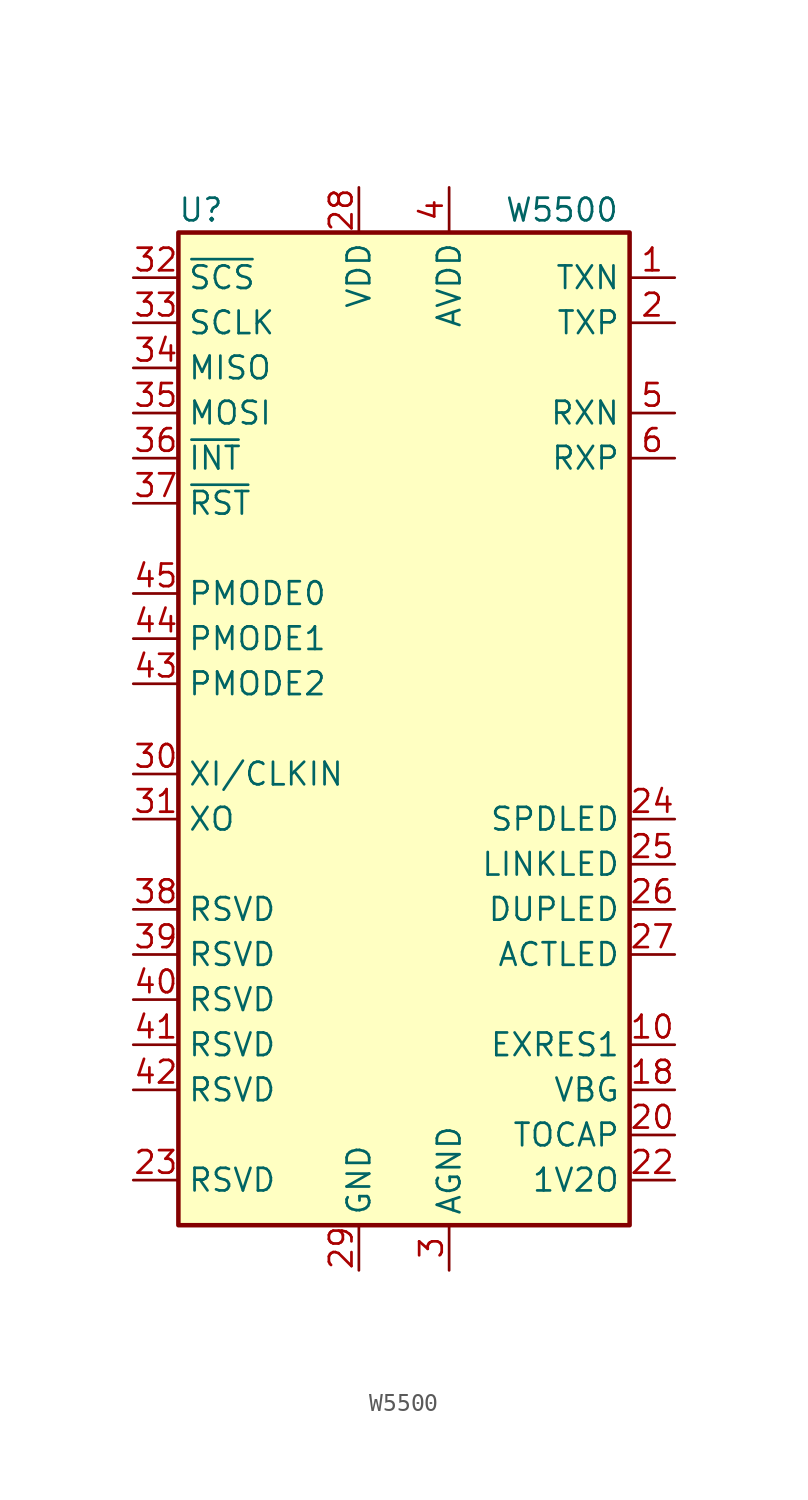
<source format=kicad_sym>
(kicad_symbol_lib
  (version 20201005)
  (generator kicad_symbol_editor)
  (symbol "Interface_Ethernet:W5500"
    (property "Reference" "U"
      (at -11.43 29.21 0)
      (effects (font (size 1.27 1.27))))
    (property "Value" "W5500"
      (at 8.89 29.21 0)
      (effects (font (size 1.27 1.27))))
    (symbol "W5500_0_1"
      (rectangle (start -12.7 27.94) (end 12.7 -27.94) (stroke (width 0.254)) (fill (type background))))
    (symbol "W5500_1_1"
      (pin output line (at 15.24 25.4 180) (length 2.54) (name "TXN" (effects (font (size 1.27 1.27)))) (number "1" (effects (font (size 1.27 1.27)))))
      (pin passive line (at 15.24 -17.78 180) (length 2.54) (name "EXRES1" (effects (font (size 1.27 1.27)))) (number "10" (effects (font (size 1.27 1.27)))))
      (pin passive line (at 2.54 30.48 270) (length 2.54) hide (name "AVDD" (effects (font (size 1.27 1.27)))) (number "11" (effects (font (size 1.27 1.27)))))
      (pin no_connect line (at 12.7 7.62 180) (length 2.54) hide (name "NC" (effects (font (size 1.27 1.27)))) (number "12" (effects (font (size 1.27 1.27)))))
      (pin no_connect line (at 12.7 5.08 180) (length 2.54) hide (name "NC" (effects (font (size 1.27 1.27)))) (number "13" (effects (font (size 1.27 1.27)))))
      (pin passive line (at 2.54 -30.48 90) (length 2.54) hide (name "AGND" (effects (font (size 1.27 1.27)))) (number "14" (effects (font (size 1.27 1.27)))))
      (pin passive line (at 2.54 30.48 270) (length 2.54) hide (name "AVDD" (effects (font (size 1.27 1.27)))) (number "15" (effects (font (size 1.27 1.27)))))
      (pin passive line (at 2.54 -30.48 90) (length 2.54) hide (name "AGND" (effects (font (size 1.27 1.27)))) (number "16" (effects (font (size 1.27 1.27)))))
      (pin passive line (at 2.54 30.48 270) (length 2.54) hide (name "AVDD" (effects (font (size 1.27 1.27)))) (number "17" (effects (font (size 1.27 1.27)))))
      (pin passive line (at 15.24 -20.32 180) (length 2.54) (name "VBG" (effects (font (size 1.27 1.27)))) (number "18" (effects (font (size 1.27 1.27)))))
      (pin passive line (at 2.54 -30.48 90) (length 2.54) hide (name "AGND" (effects (font (size 1.27 1.27)))) (number "19" (effects (font (size 1.27 1.27)))))
      (pin output line (at 15.24 22.86 180) (length 2.54) (name "TXP" (effects (font (size 1.27 1.27)))) (number "2" (effects (font (size 1.27 1.27)))))
      (pin passive line (at 15.24 -22.86 180) (length 2.54) (name "TOCAP" (effects (font (size 1.27 1.27)))) (number "20" (effects (font (size 1.27 1.27)))))
      (pin passive line (at 2.54 30.48 270) (length 2.54) hide (name "AVDD" (effects (font (size 1.27 1.27)))) (number "21" (effects (font (size 1.27 1.27)))))
      (pin output line (at 15.24 -25.4 180) (length 2.54) (name "1V2O" (effects (font (size 1.27 1.27)))) (number "22" (effects (font (size 1.27 1.27)))))
      (pin input line (at -15.24 -25.4 0) (length 2.54) (name "RSVD" (effects (font (size 1.27 1.27)))) (number "23" (effects (font (size 1.27 1.27)))))
      (pin output line (at 15.24 -5.08 180) (length 2.54) (name "SPDLED" (effects (font (size 1.27 1.27)))) (number "24" (effects (font (size 1.27 1.27)))))
      (pin output line (at 15.24 -7.62 180) (length 2.54) (name "LINKLED" (effects (font (size 1.27 1.27)))) (number "25" (effects (font (size 1.27 1.27)))))
      (pin output line (at 15.24 -10.16 180) (length 2.54) (name "DUPLED" (effects (font (size 1.27 1.27)))) (number "26" (effects (font (size 1.27 1.27)))))
      (pin output line (at 15.24 -12.7 180) (length 2.54) (name "ACTLED" (effects (font (size 1.27 1.27)))) (number "27" (effects (font (size 1.27 1.27)))))
      (pin power_in line (at -2.54 30.48 270) (length 2.54) (name "VDD" (effects (font (size 1.27 1.27)))) (number "28" (effects (font (size 1.27 1.27)))))
      (pin power_in line (at -2.54 -30.48 90) (length 2.54) (name "GND" (effects (font (size 1.27 1.27)))) (number "29" (effects (font (size 1.27 1.27)))))
      (pin power_in line (at 2.54 -30.48 90) (length 2.54) (name "AGND" (effects (font (size 1.27 1.27)))) (number "3" (effects (font (size 1.27 1.27)))))
      (pin input line (at -15.24 -2.54 0) (length 2.54) (name "XI/CLKIN" (effects (font (size 1.27 1.27)))) (number "30" (effects (font (size 1.27 1.27)))))
      (pin output line (at -15.24 -5.08 0) (length 2.54) (name "XO" (effects (font (size 1.27 1.27)))) (number "31" (effects (font (size 1.27 1.27)))))
      (pin input line (at -15.24 25.4 0) (length 2.54) (name "~SCS" (effects (font (size 1.27 1.27)))) (number "32" (effects (font (size 1.27 1.27)))))
      (pin input line (at -15.24 22.86 0) (length 2.54) (name "SCLK" (effects (font (size 1.27 1.27)))) (number "33" (effects (font (size 1.27 1.27)))))
      (pin output line (at -15.24 20.32 0) (length 2.54) (name "MISO" (effects (font (size 1.27 1.27)))) (number "34" (effects (font (size 1.27 1.27)))))
      (pin input line (at -15.24 17.78 0) (length 2.54) (name "MOSI" (effects (font (size 1.27 1.27)))) (number "35" (effects (font (size 1.27 1.27)))))
      (pin input line (at -15.24 15.24 0) (length 2.54) (name "~INT" (effects (font (size 1.27 1.27)))) (number "36" (effects (font (size 1.27 1.27)))))
      (pin input line (at -15.24 12.7 0) (length 2.54) (name "~RST" (effects (font (size 1.27 1.27)))) (number "37" (effects (font (size 1.27 1.27)))))
      (pin input line (at -15.24 -10.16 0) (length 2.54) (name "RSVD" (effects (font (size 1.27 1.27)))) (number "38" (effects (font (size 1.27 1.27)))))
      (pin input line (at -15.24 -12.7 0) (length 2.54) (name "RSVD" (effects (font (size 1.27 1.27)))) (number "39" (effects (font (size 1.27 1.27)))))
      (pin power_in line (at 2.54 30.48 270) (length 2.54) (name "AVDD" (effects (font (size 1.27 1.27)))) (number "4" (effects (font (size 1.27 1.27)))))
      (pin input line (at -15.24 -15.24 0) (length 2.54) (name "RSVD" (effects (font (size 1.27 1.27)))) (number "40" (effects (font (size 1.27 1.27)))))
      (pin input line (at -15.24 -17.78 0) (length 2.54) (name "RSVD" (effects (font (size 1.27 1.27)))) (number "41" (effects (font (size 1.27 1.27)))))
      (pin input line (at -15.24 -20.32 0) (length 2.54) (name "RSVD" (effects (font (size 1.27 1.27)))) (number "42" (effects (font (size 1.27 1.27)))))
      (pin input line (at -15.24 2.54 0) (length 2.54) (name "PMODE2" (effects (font (size 1.27 1.27)))) (number "43" (effects (font (size 1.27 1.27)))))
      (pin input line (at -15.24 5.08 0) (length 2.54) (name "PMODE1" (effects (font (size 1.27 1.27)))) (number "44" (effects (font (size 1.27 1.27)))))
      (pin input line (at -15.24 7.62 0) (length 2.54) (name "PMODE0" (effects (font (size 1.27 1.27)))) (number "45" (effects (font (size 1.27 1.27)))))
      (pin no_connect line (at 12.7 2.54 180) (length 2.54) hide (name "NC" (effects (font (size 1.27 1.27)))) (number "46" (effects (font (size 1.27 1.27)))))
      (pin no_connect line (at 12.7 0 180) (length 2.54) hide (name "NC" (effects (font (size 1.27 1.27)))) (number "47" (effects (font (size 1.27 1.27)))))
      (pin passive line (at 2.54 -30.48 90) (length 2.54) hide (name "AGND" (effects (font (size 1.27 1.27)))) (number "48" (effects (font (size 1.27 1.27)))))
      (pin input line (at 15.24 17.78 180) (length 2.54) (name "RXN" (effects (font (size 1.27 1.27)))) (number "5" (effects (font (size 1.27 1.27)))))
      (pin input line (at 15.24 15.24 180) (length 2.54) (name "RXP" (effects (font (size 1.27 1.27)))) (number "6" (effects (font (size 1.27 1.27)))))
      (pin no_connect line (at 12.7 10.16 180) (length 2.54) hide (name "DNC" (effects (font (size 1.27 1.27)))) (number "7" (effects (font (size 1.27 1.27)))))
      (pin passive line (at 2.54 30.48 270) (length 2.54) hide (name "AVDD" (effects (font (size 1.27 1.27)))) (number "8" (effects (font (size 1.27 1.27)))))
      (pin passive line (at 2.54 -30.48 90) (length 2.54) hide (name "AGND" (effects (font (size 1.27 1.27)))) (number "9" (effects (font (size 1.27 1.27))))))))
</source>
